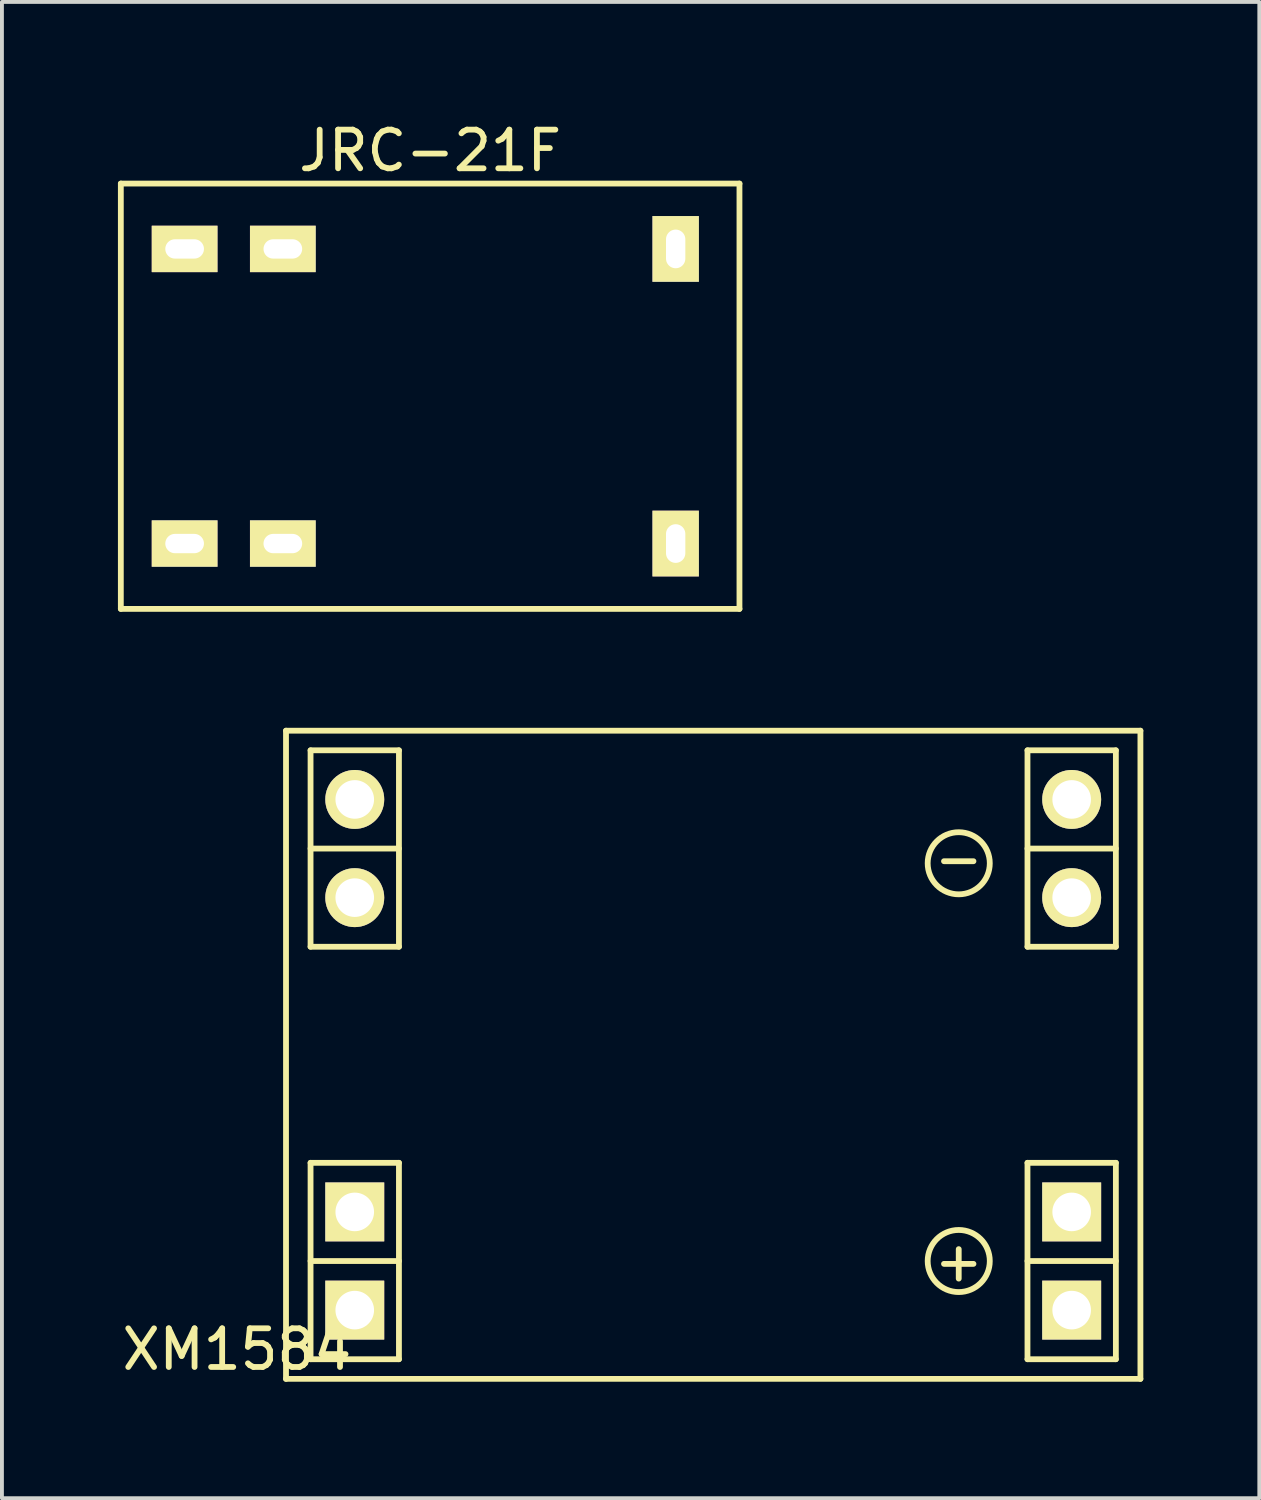
<source format=kicad_pcb>
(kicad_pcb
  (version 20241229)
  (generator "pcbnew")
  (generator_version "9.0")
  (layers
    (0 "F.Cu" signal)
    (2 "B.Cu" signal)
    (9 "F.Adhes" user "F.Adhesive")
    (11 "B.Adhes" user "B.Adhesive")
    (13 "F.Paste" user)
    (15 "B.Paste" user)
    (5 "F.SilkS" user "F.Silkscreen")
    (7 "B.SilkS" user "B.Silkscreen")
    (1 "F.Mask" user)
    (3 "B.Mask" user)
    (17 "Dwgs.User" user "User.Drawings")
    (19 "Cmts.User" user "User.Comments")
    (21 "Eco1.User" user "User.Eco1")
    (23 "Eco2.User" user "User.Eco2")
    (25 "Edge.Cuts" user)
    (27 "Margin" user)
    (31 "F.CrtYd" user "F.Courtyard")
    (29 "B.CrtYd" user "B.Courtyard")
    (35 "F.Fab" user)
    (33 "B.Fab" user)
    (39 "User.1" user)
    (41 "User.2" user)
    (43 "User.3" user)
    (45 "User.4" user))
  (footprint "XM1584"
    (layer "F.Cu")
    (at 15.396 24.23)
    (property "Reference" "XM1584" (at -12.319 7.62 180) (layer "F.SilkS") (effects (font (size 1 1) (thickness 0.15))))
    (attr through_hole)
    (fp_line (start -11.049 -8.382) (end 11.049 -8.382) (stroke (width 0.15) (type solid)) (layer "F.SilkS"))
    (fp_line (start -11.049 8.382) (end -11.049 -8.382) (stroke (width 0.15) (type solid)) (layer "F.SilkS"))
    (fp_line (start -10.414 -7.874) (end -10.414 -2.794) (stroke (width 0.15) (type solid)) (layer "F.SilkS"))
    (fp_line (start -10.414 -5.334) (end -8.128 -5.334) (stroke (width 0.15) (type solid)) (layer "F.SilkS"))
    (fp_line (start -10.414 -2.794) (end -8.128 -2.794) (stroke (width 0.15) (type solid)) (layer "F.SilkS"))
    (fp_line (start -10.414 2.794) (end -8.128 2.794) (stroke (width 0.15) (type solid)) (layer "F.SilkS"))
    (fp_line (start -10.414 5.334) (end -8.128 5.334) (stroke (width 0.15) (type solid)) (layer "F.SilkS"))
    (fp_line (start -10.414 7.874) (end -10.414 2.794) (stroke (width 0.15) (type solid)) (layer "F.SilkS"))
    (fp_line (start -10.414 7.874) (end -8.128 7.874) (stroke (width 0.15) (type solid)) (layer "F.SilkS"))
    (fp_line (start -8.128 -7.874) (end -10.414 -7.874) (stroke (width 0.15) (type solid)) (layer "F.SilkS"))
    (fp_line (start -8.128 -2.794) (end -8.128 -7.874) (stroke (width 0.15) (type solid)) (layer "F.SilkS"))
    (fp_line (start -8.128 7.874) (end -8.128 2.794) (stroke (width 0.15) (type solid)) (layer "F.SilkS"))
    (fp_line (start 8.128 -7.874) (end 10.414 -7.874) (stroke (width 0.15) (type solid)) (layer "F.SilkS"))
    (fp_line (start 8.128 -5.334) (end 10.414 -5.334) (stroke (width 0.15) (type solid)) (layer "F.SilkS"))
    (fp_line (start 8.128 -2.794) (end 8.128 -7.874) (stroke (width 0.15) (type solid)) (layer "F.SilkS"))
    (fp_line (start 8.128 -2.794) (end 10.414 -2.794) (stroke (width 0.15) (type solid)) (layer "F.SilkS"))
    (fp_line (start 8.128 2.794) (end 10.414 2.794) (stroke (width 0.15) (type solid)) (layer "F.SilkS"))
    (fp_line (start 8.128 5.334) (end 10.414 5.334) (stroke (width 0.15) (type solid)) (layer "F.SilkS"))
    (fp_line (start 8.128 7.874) (end 8.128 2.794) (stroke (width 0.15) (type solid)) (layer "F.SilkS"))
    (fp_line (start 8.128 7.874) (end 10.414 7.874) (stroke (width 0.15) (type solid)) (layer "F.SilkS"))
    (fp_line (start 10.414 -2.794) (end 10.414 -7.874) (stroke (width 0.15) (type solid)) (layer "F.SilkS"))
    (fp_line (start 10.414 7.874) (end 10.414 2.794) (stroke (width 0.15) (type solid)) (layer "F.SilkS"))
    (fp_line (start 11.049 -8.382) (end 11.049 8.382) (stroke (width 0.15) (type solid)) (layer "F.SilkS"))
    (fp_line (start 11.049 8.382) (end -11.049 8.382) (stroke (width 0.15) (type solid)) (layer "F.SilkS"))
    (fp_circle (center 6.35 -4.953) (end 7.112 -4.699) (stroke (width 0.15) (type solid)) (fill no) (layer "F.SilkS"))
    (fp_circle (center 6.35 5.334) (end 7.112 5.588) (stroke (width 0.15) (type solid)) (fill no) (layer "F.SilkS"))
    (fp_text user "-" (at 6.35 -5.08 0) (layer "F.SilkS") (effects (font (size 1 1) (thickness 0.15))))
    (fp_text user "+" (at 6.35 5.334 0) (layer "F.SilkS") (effects (font (size 1 1) (thickness 0.15))))
    (pad "1" thru_hole rect (at -9.271 6.604) (size 1.524 1.524) (drill 0.998) (layers "*.Cu" "*.Mask" "F.SilkS"))
    (pad "2" thru_hole rect (at -9.271 4.064) (size 1.524 1.524) (drill 0.998) (layers "*.Cu" "*.Mask" "F.SilkS"))
    (pad "3" thru_hole circle (at -9.271 -4.064) (size 1.524 1.524) (drill 0.998) (layers "*.Cu" "*.Mask" "F.SilkS"))
    (pad "4" thru_hole circle (at -9.271 -6.604) (size 1.524 1.524) (drill 0.998) (layers "*.Cu" "*.Mask" "F.SilkS"))
    (pad "5" thru_hole circle (at 9.271 -6.604) (size 1.524 1.524) (drill 0.998) (layers "*.Cu" "*.Mask" "F.SilkS"))
    (pad "6" thru_hole circle (at 9.271 -4.064) (size 1.524 1.524) (drill 0.998) (layers "*.Cu" "*.Mask" "F.SilkS"))
    (pad "7" thru_hole rect (at 9.271 4.064) (size 1.524 1.524) (drill 0.998) (layers "*.Cu" "*.Mask" "F.SilkS"))
    (pad "8" thru_hole rect (at 9.271 6.604) (size 1.524 1.524) (drill 0.998) (layers "*.Cu" "*.Mask" "F.SilkS")))
  (footprint "JRC-21F"
    (layer "F.Cu")
    (at 8.075 7.198)
    (property "Reference" "JRC-21F" (at 0 -6.35 0) (layer "F.SilkS") (effects (font (size 1 1) (thickness 0.15))))
    (attr through_hole)
    (fp_line (start -8 -5.5) (end 8 -5.5) (stroke (width 0.15) (type solid)) (layer "F.SilkS"))
    (fp_line (start -8 5.5) (end -8 -5.5) (stroke (width 0.15) (type solid)) (layer "F.SilkS"))
    (fp_line (start 8 -5.5) (end 8 5.5) (stroke (width 0.15) (type solid)) (layer "F.SilkS"))
    (fp_line (start 8 5.5) (end -8 5.5) (stroke (width 0.15) (type solid)) (layer "F.SilkS"))
    (pad "1" thru_hole rect (at -6.35 -3.81) (size 1.7 1.2) (drill oval 1 0.5) (layers "*.Cu" "*.Mask" "F.SilkS"))
    (pad "2" thru_hole rect (at -3.81 -3.81) (size 1.7 1.2) (drill oval 1 0.5) (layers "*.Cu" "*.Mask" "F.SilkS"))
    (pad "3" thru_hole rect (at -6.35 3.81) (size 1.7 1.2) (drill oval 1 0.5) (layers "*.Cu" "*.Mask" "F.SilkS"))
    (pad "4" thru_hole rect (at -3.81 3.81) (size 1.7 1.2) (drill oval 1 0.5) (layers "*.Cu" "*.Mask" "F.SilkS"))
    (pad "5" thru_hole rect (at 6.35 -3.81) (size 1.2 1.7) (drill oval 0.5 1) (layers "*.Cu" "*.Mask" "F.SilkS"))
    (pad "6" thru_hole rect (at 6.35 3.81) (size 1.2 1.7) (drill oval 0.5 1) (layers "*.Cu" "*.Mask" "F.SilkS")))
  (gr_rect
    (start -3 -3)
    (end 29.52 35.699)
    (stroke (width 0.1) (type default))
    (fill no)
    (layer "Edge.Cuts")))
</source>
